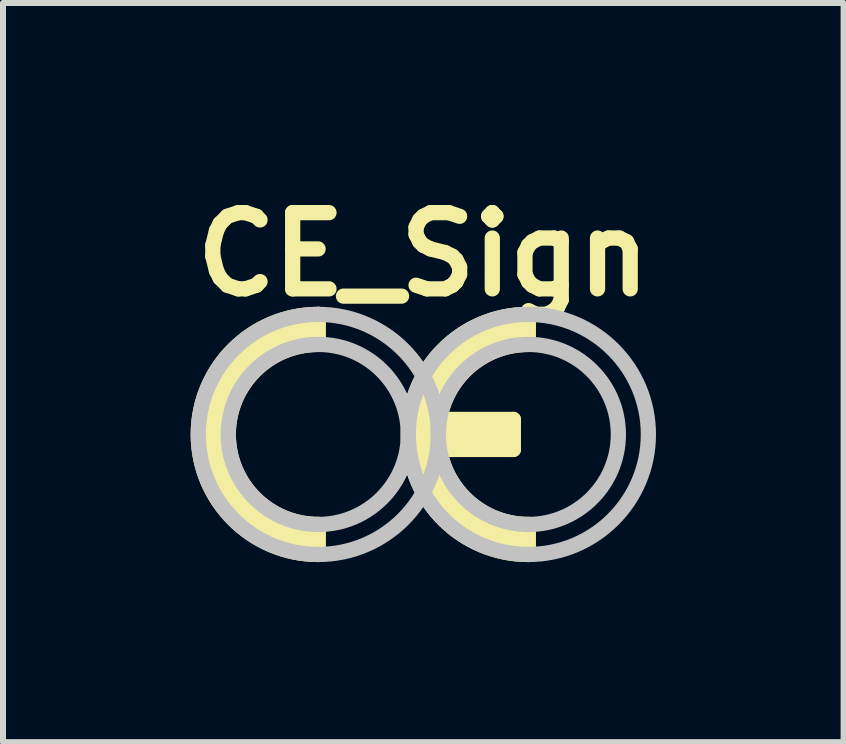
<source format=kicad_pcb>
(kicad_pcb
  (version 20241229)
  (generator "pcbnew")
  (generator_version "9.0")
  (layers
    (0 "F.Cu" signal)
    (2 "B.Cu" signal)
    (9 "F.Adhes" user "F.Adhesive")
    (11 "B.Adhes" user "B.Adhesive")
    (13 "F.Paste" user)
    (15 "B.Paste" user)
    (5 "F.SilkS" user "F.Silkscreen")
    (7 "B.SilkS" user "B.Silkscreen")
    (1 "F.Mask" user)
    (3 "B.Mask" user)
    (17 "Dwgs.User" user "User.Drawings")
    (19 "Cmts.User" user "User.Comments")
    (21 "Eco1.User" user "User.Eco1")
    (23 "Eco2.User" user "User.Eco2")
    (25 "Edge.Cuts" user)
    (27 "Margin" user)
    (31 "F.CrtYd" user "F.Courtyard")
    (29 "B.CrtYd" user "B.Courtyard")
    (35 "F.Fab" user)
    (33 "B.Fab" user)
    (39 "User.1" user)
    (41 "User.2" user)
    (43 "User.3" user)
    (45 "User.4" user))
  (footprint "CE_Sign"
    (layer "F.Cu")
    (at 4.004 4.189)
    (property "Reference" "CE_Sign" (at 0 -3 0) (unlocked yes) (layer "F.SilkS") (effects (font (size 1.27 1.27) (thickness 0.254))))
    (attr through_hole)
    (fp_line (start -1.75 -2) (end -1.75 -1.5) (stroke (width 0.254) (type solid)) (layer "F.SilkS"))
    (fp_line (start -1.75 1.5) (end -1.75 2) (stroke (width 0.254) (type solid)) (layer "F.SilkS"))
    (fp_line (start 0.25 -0.25) (end 1.5 -0.25) (stroke (width 0.254) (type solid)) (layer "F.SilkS"))
    (fp_line (start 1.5 -0.25) (end 1.5 0.25) (stroke (width 0.254) (type solid)) (layer "F.SilkS"))
    (fp_line (start 1.5 0) (end 0.25 0) (stroke (width 0.254) (type solid)) (layer "F.SilkS"))
    (fp_line (start 1.5 0.25) (end 0.25 0.25) (stroke (width 0.254) (type solid)) (layer "F.SilkS"))
    (fp_line (start 1.75 -2) (end 1.75 -1.5) (stroke (width 0.254) (type solid)) (layer "F.SilkS"))
    (fp_line (start 1.75 1.5) (end 1.75 2) (stroke (width 0.254) (type solid)) (layer "F.SilkS"))
    (fp_arc (start -1.79998 1.750001) (mid -3.500715 0.00001) (end -1.8 -1.75) (stroke (width 0.3) (type solid)) (layer "F.SilkS"))
    (fp_arc (start -1.75 1.5) (mid -3.25 0) (end -1.75 -1.5) (stroke (width 0.254) (type solid)) (layer "F.SilkS"))
    (fp_arc (start -1.75 2) (mid -3.75 0) (end -1.75 -2) (stroke (width 0.254) (type solid)) (layer "F.SilkS"))
    (fp_arc (start 1.70002 1.750001) (mid -0.000715 0.00001) (end 1.7 -1.75) (stroke (width 0.3) (type solid)) (layer "F.SilkS"))
    (fp_arc (start 1.75 1.5) (mid 0.25 0) (end 1.75 -1.5) (stroke (width 0.254) (type solid)) (layer "F.SilkS"))
    (fp_arc (start 1.75 2) (mid -0.25 0) (end 1.75 -2) (stroke (width 0.254) (type solid)) (layer "F.SilkS"))
    (fp_circle (center -1.75 0) (end -0.25 0) (stroke (width 0.254) (type solid)) (fill no) (layer "Dwgs.User"))
    (fp_circle (center -1.75 0) (end 0.25 0) (stroke (width 0.254) (type solid)) (fill no) (layer "Dwgs.User"))
    (fp_circle (center 1.75 0) (end 3.25 0) (stroke (width 0.254) (type solid)) (fill no) (layer "Dwgs.User"))
    (fp_circle (center 1.75 0) (end 3.75 0) (stroke (width 0.254) (type solid)) (fill no) (layer "Dwgs.User")))
  (gr_rect
    (start -3 -3)
    (end 11.007 9.316)
    (stroke (width 0.1) (type default))
    (fill no)
    (layer "Edge.Cuts")))
</source>
